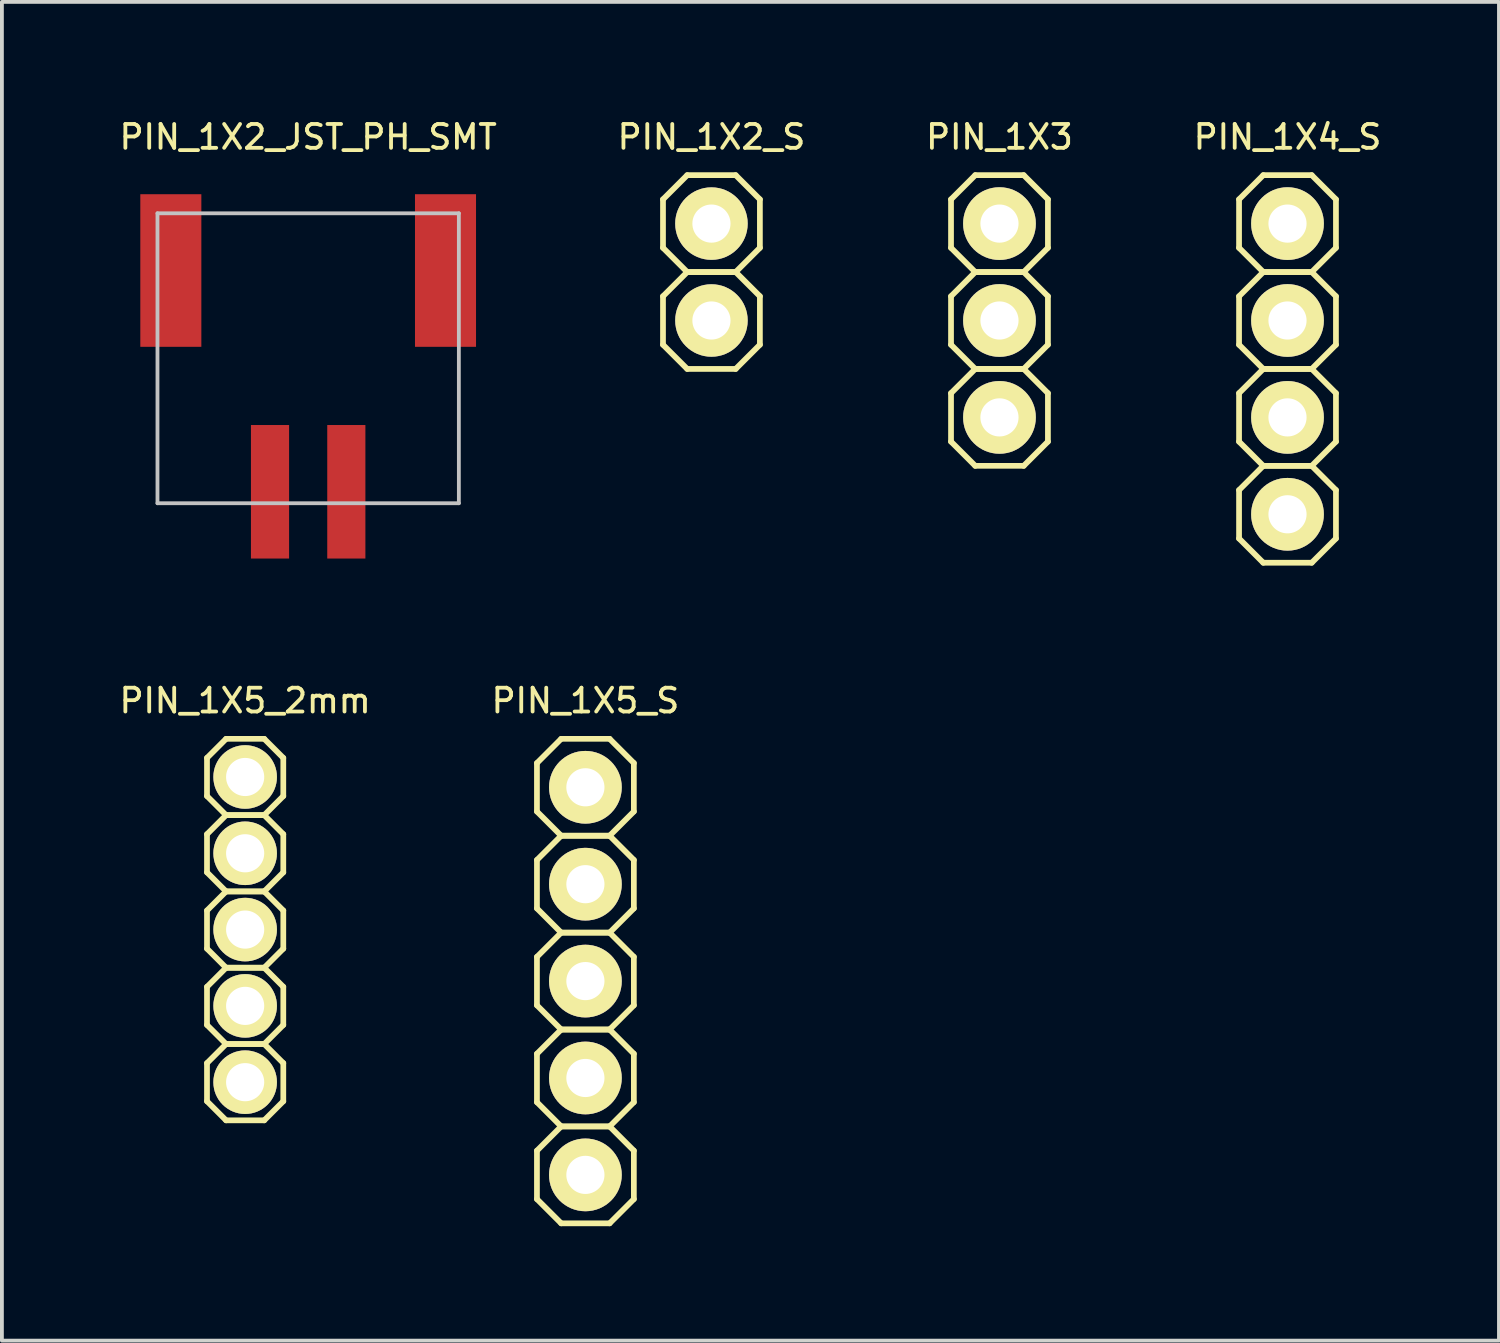
<source format=kicad_pcb>
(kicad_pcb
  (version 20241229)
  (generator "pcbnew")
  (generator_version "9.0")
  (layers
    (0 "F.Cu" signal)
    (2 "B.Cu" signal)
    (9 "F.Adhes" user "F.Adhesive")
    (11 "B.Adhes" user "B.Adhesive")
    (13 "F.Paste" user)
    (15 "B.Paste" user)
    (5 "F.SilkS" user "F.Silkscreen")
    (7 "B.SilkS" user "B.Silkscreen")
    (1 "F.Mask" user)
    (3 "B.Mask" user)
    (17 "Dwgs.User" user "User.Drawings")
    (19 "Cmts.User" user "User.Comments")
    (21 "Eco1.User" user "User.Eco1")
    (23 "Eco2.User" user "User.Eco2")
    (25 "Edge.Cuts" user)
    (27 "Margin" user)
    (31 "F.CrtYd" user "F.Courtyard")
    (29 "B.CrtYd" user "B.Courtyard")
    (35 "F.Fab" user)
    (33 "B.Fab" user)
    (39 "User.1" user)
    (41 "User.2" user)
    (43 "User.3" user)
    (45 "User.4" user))
  (footprint "PIN_1X3"
    (layer "F.Cu")
    (at 23.149 5.351)
    (property "Reference" "PIN_1X3" (at 0 -4.81 0) (layer "F.SilkS") (effects (font (size 0.625 0.625) (thickness 0.1))))
    (attr through_hole)
    (fp_line (start -1.27 -3.175) (end -1.27 -1.905) (stroke (width 0.15) (type solid)) (layer "F.SilkS"))
    (fp_line (start -1.27 -1.905) (end -0.635 -1.27) (stroke (width 0.15) (type solid)) (layer "F.SilkS"))
    (fp_line (start -1.27 -0.635) (end -1.27 0.635) (stroke (width 0.15) (type solid)) (layer "F.SilkS"))
    (fp_line (start -1.27 0.635) (end -0.635 1.27) (stroke (width 0.15) (type solid)) (layer "F.SilkS"))
    (fp_line (start -1.27 1.905) (end -1.27 3.175) (stroke (width 0.15) (type solid)) (layer "F.SilkS"))
    (fp_line (start -1.27 3.175) (end -0.635 3.81) (stroke (width 0.15) (type solid)) (layer "F.SilkS"))
    (fp_line (start -0.635 -3.81) (end -1.27 -3.175) (stroke (width 0.15) (type solid)) (layer "F.SilkS"))
    (fp_line (start -0.635 -1.27) (end -1.27 -0.635) (stroke (width 0.15) (type solid)) (layer "F.SilkS"))
    (fp_line (start -0.635 -1.27) (end 0.635 -1.27) (stroke (width 0.15) (type solid)) (layer "F.SilkS"))
    (fp_line (start -0.635 1.27) (end -1.27 1.905) (stroke (width 0.15) (type solid)) (layer "F.SilkS"))
    (fp_line (start -0.635 1.27) (end 0.635 1.27) (stroke (width 0.15) (type solid)) (layer "F.SilkS"))
    (fp_line (start -0.635 3.81) (end 0.635 3.81) (stroke (width 0.15) (type solid)) (layer "F.SilkS"))
    (fp_line (start 0.635 -3.81) (end -0.635 -3.81) (stroke (width 0.15) (type solid)) (layer "F.SilkS"))
    (fp_line (start 0.635 -1.27) (end -0.635 -1.27) (stroke (width 0.15) (type solid)) (layer "F.SilkS"))
    (fp_line (start 0.635 -1.27) (end 1.27 -1.905) (stroke (width 0.15) (type solid)) (layer "F.SilkS"))
    (fp_line (start 0.635 1.27) (end -0.635 1.27) (stroke (width 0.15) (type solid)) (layer "F.SilkS"))
    (fp_line (start 0.635 1.27) (end 1.27 0.635) (stroke (width 0.15) (type solid)) (layer "F.SilkS"))
    (fp_line (start 0.635 3.81) (end 1.27 3.175) (stroke (width 0.15) (type solid)) (layer "F.SilkS"))
    (fp_line (start 1.27 -3.175) (end 0.635 -3.81) (stroke (width 0.15) (type solid)) (layer "F.SilkS"))
    (fp_line (start 1.27 -1.905) (end 1.27 -3.175) (stroke (width 0.15) (type solid)) (layer "F.SilkS"))
    (fp_line (start 1.27 -0.635) (end 0.635 -1.27) (stroke (width 0.15) (type solid)) (layer "F.SilkS"))
    (fp_line (start 1.27 0.635) (end 1.27 -0.635) (stroke (width 0.15) (type solid)) (layer "F.SilkS"))
    (fp_line (start 1.27 1.905) (end 0.635 1.27) (stroke (width 0.15) (type solid)) (layer "F.SilkS"))
    (fp_line (start 1.27 3.175) (end 1.27 1.905) (stroke (width 0.15) (type solid)) (layer "F.SilkS"))
    (pad "1" thru_hole circle (at 0 -2.54) (size 1.906 1.906) (drill 1) (layers "*.Cu" "*.Mask" "F.SilkS"))
    (pad "2" thru_hole circle (at 0 0) (size 1.906 1.906) (drill 1) (layers "*.Cu" "*.Mask" "F.SilkS"))
    (pad "3" thru_hole circle (at 0 2.54) (size 1.906 1.906) (drill 1) (layers "*.Cu" "*.Mask" "F.SilkS")))
  (footprint "PIN_1X5_S"
    (layer "F.Cu")
    (at 12.295 22.667)
    (property "Reference" "PIN_1X5_S" (at 0 -7.35 0) (layer "F.SilkS") (effects (font (size 0.625 0.625) (thickness 0.1))))
    (attr through_hole)
    (fp_line (start -1.27 -5.715) (end -1.27 -4.445) (stroke (width 0.15) (type solid)) (layer "F.SilkS"))
    (fp_line (start -1.27 -4.445) (end -0.635 -3.81) (stroke (width 0.15) (type solid)) (layer "F.SilkS"))
    (fp_line (start -1.27 -3.175) (end -1.27 -1.905) (stroke (width 0.15) (type solid)) (layer "F.SilkS"))
    (fp_line (start -1.27 -1.905) (end -0.635 -1.27) (stroke (width 0.15) (type solid)) (layer "F.SilkS"))
    (fp_line (start -1.27 -0.635) (end -1.27 0.635) (stroke (width 0.15) (type solid)) (layer "F.SilkS"))
    (fp_line (start -1.27 0.635) (end -0.635 1.27) (stroke (width 0.15) (type solid)) (layer "F.SilkS"))
    (fp_line (start -1.27 1.905) (end -1.27 3.175) (stroke (width 0.15) (type solid)) (layer "F.SilkS"))
    (fp_line (start -1.27 3.175) (end -0.635 3.81) (stroke (width 0.15) (type solid)) (layer "F.SilkS"))
    (fp_line (start -1.27 4.445) (end -1.27 5.715) (stroke (width 0.15) (type solid)) (layer "F.SilkS"))
    (fp_line (start -1.27 5.715) (end -0.635 6.35) (stroke (width 0.15) (type solid)) (layer "F.SilkS"))
    (fp_line (start -0.635 -6.35) (end -1.27 -5.715) (stroke (width 0.15) (type solid)) (layer "F.SilkS"))
    (fp_line (start -0.635 -3.81) (end -1.27 -3.175) (stroke (width 0.15) (type solid)) (layer "F.SilkS"))
    (fp_line (start -0.635 -3.81) (end 0.635 -3.81) (stroke (width 0.15) (type solid)) (layer "F.SilkS"))
    (fp_line (start -0.635 -1.27) (end -1.27 -0.635) (stroke (width 0.15) (type solid)) (layer "F.SilkS"))
    (fp_line (start -0.635 -1.27) (end 0.635 -1.27) (stroke (width 0.15) (type solid)) (layer "F.SilkS"))
    (fp_line (start -0.635 1.27) (end -1.27 1.905) (stroke (width 0.15) (type solid)) (layer "F.SilkS"))
    (fp_line (start -0.635 1.27) (end 0.635 1.27) (stroke (width 0.15) (type solid)) (layer "F.SilkS"))
    (fp_line (start -0.635 3.81) (end -1.27 4.445) (stroke (width 0.15) (type solid)) (layer "F.SilkS"))
    (fp_line (start -0.635 3.81) (end 0.635 3.81) (stroke (width 0.15) (type solid)) (layer "F.SilkS"))
    (fp_line (start -0.635 6.35) (end 0.635 6.35) (stroke (width 0.15) (type solid)) (layer "F.SilkS"))
    (fp_line (start 0.635 -6.35) (end -0.635 -6.35) (stroke (width 0.15) (type solid)) (layer "F.SilkS"))
    (fp_line (start 0.635 -3.81) (end -0.635 -3.81) (stroke (width 0.15) (type solid)) (layer "F.SilkS"))
    (fp_line (start 0.635 -3.81) (end 1.27 -4.445) (stroke (width 0.15) (type solid)) (layer "F.SilkS"))
    (fp_line (start 0.635 -1.27) (end -0.635 -1.27) (stroke (width 0.15) (type solid)) (layer "F.SilkS"))
    (fp_line (start 0.635 -1.27) (end 1.27 -1.905) (stroke (width 0.15) (type solid)) (layer "F.SilkS"))
    (fp_line (start 0.635 1.27) (end -0.635 1.27) (stroke (width 0.15) (type solid)) (layer "F.SilkS"))
    (fp_line (start 0.635 1.27) (end 1.27 0.635) (stroke (width 0.15) (type solid)) (layer "F.SilkS"))
    (fp_line (start 0.635 3.81) (end -0.635 3.81) (stroke (width 0.15) (type solid)) (layer "F.SilkS"))
    (fp_line (start 0.635 3.81) (end 1.27 3.175) (stroke (width 0.15) (type solid)) (layer "F.SilkS"))
    (fp_line (start 0.635 6.35) (end 1.27 5.715) (stroke (width 0.15) (type solid)) (layer "F.SilkS"))
    (fp_line (start 1.27 -5.715) (end 0.635 -6.35) (stroke (width 0.15) (type solid)) (layer "F.SilkS"))
    (fp_line (start 1.27 -4.445) (end 1.27 -5.715) (stroke (width 0.15) (type solid)) (layer "F.SilkS"))
    (fp_line (start 1.27 -3.175) (end 0.635 -3.81) (stroke (width 0.15) (type solid)) (layer "F.SilkS"))
    (fp_line (start 1.27 -1.905) (end 1.27 -3.175) (stroke (width 0.15) (type solid)) (layer "F.SilkS"))
    (fp_line (start 1.27 -0.635) (end 0.635 -1.27) (stroke (width 0.15) (type solid)) (layer "F.SilkS"))
    (fp_line (start 1.27 0.635) (end 1.27 -0.635) (stroke (width 0.15) (type solid)) (layer "F.SilkS"))
    (fp_line (start 1.27 1.905) (end 0.635 1.27) (stroke (width 0.15) (type solid)) (layer "F.SilkS"))
    (fp_line (start 1.27 3.175) (end 1.27 1.905) (stroke (width 0.15) (type solid)) (layer "F.SilkS"))
    (fp_line (start 1.27 4.445) (end 0.635 3.81) (stroke (width 0.15) (type solid)) (layer "F.SilkS"))
    (fp_line (start 1.27 5.715) (end 1.27 4.445) (stroke (width 0.15) (type solid)) (layer "F.SilkS"))
    (pad "1" thru_hole circle (at 0 -5.08) (size 1.906 1.906) (drill 1) (layers "*.Cu" "*.Mask" "F.SilkS"))
    (pad "2" thru_hole circle (at 0 -2.54) (size 1.906 1.906) (drill 1) (layers "*.Cu" "*.Mask" "F.SilkS"))
    (pad "3" thru_hole circle (at 0 0) (size 1.906 1.906) (drill 1) (layers "*.Cu" "*.Mask" "F.SilkS"))
    (pad "4" thru_hole circle (at 0 2.54) (size 1.906 1.906) (drill 1) (layers "*.Cu" "*.Mask" "F.SilkS"))
    (pad "5" thru_hole circle (at 0 5.08) (size 1.906 1.906) (drill 1) (layers "*.Cu" "*.Mask" "F.SilkS")))
  (footprint "PIN_1X5_2mm"
    (layer "F.Cu")
    (at 3.376 21.317)
    (property "Reference" "PIN_1X5_2mm" (at 0 -6 0) (layer "F.SilkS") (effects (font (size 0.625 0.625) (thickness 0.1))))
    (attr through_hole)
    (fp_line (start -1 -4.5) (end -1 -3.5) (stroke (width 0.15) (type solid)) (layer "F.SilkS"))
    (fp_line (start -1 -3.5) (end -0.5 -3) (stroke (width 0.15) (type solid)) (layer "F.SilkS"))
    (fp_line (start -1 -2.5) (end -1 -1.5) (stroke (width 0.15) (type solid)) (layer "F.SilkS"))
    (fp_line (start -1 -1.5) (end -0.5 -1) (stroke (width 0.15) (type solid)) (layer "F.SilkS"))
    (fp_line (start -1 -0.5) (end -1 0.5) (stroke (width 0.15) (type solid)) (layer "F.SilkS"))
    (fp_line (start -1 0.5) (end -0.5 1) (stroke (width 0.15) (type solid)) (layer "F.SilkS"))
    (fp_line (start -1 1.5) (end -1 2.5) (stroke (width 0.15) (type solid)) (layer "F.SilkS"))
    (fp_line (start -1 2.5) (end -0.5 3) (stroke (width 0.15) (type solid)) (layer "F.SilkS"))
    (fp_line (start -1 3.5) (end -1 4.5) (stroke (width 0.15) (type solid)) (layer "F.SilkS"))
    (fp_line (start -1 4.5) (end -0.5 5) (stroke (width 0.15) (type solid)) (layer "F.SilkS"))
    (fp_line (start -0.5 -5) (end -1 -4.5) (stroke (width 0.15) (type solid)) (layer "F.SilkS"))
    (fp_line (start -0.5 -3) (end -1 -2.5) (stroke (width 0.15) (type solid)) (layer "F.SilkS"))
    (fp_line (start -0.5 -3) (end 0.5 -3) (stroke (width 0.15) (type solid)) (layer "F.SilkS"))
    (fp_line (start -0.5 -1) (end -1 -0.5) (stroke (width 0.15) (type solid)) (layer "F.SilkS"))
    (fp_line (start -0.5 -1) (end 0.5 -1) (stroke (width 0.15) (type solid)) (layer "F.SilkS"))
    (fp_line (start -0.5 1) (end -1 1.5) (stroke (width 0.15) (type solid)) (layer "F.SilkS"))
    (fp_line (start -0.5 1) (end 0.5 1) (stroke (width 0.15) (type solid)) (layer "F.SilkS"))
    (fp_line (start -0.5 3) (end -1 3.5) (stroke (width 0.15) (type solid)) (layer "F.SilkS"))
    (fp_line (start -0.5 3) (end 0.5 3) (stroke (width 0.15) (type solid)) (layer "F.SilkS"))
    (fp_line (start -0.5 5) (end 0.5 5) (stroke (width 0.15) (type solid)) (layer "F.SilkS"))
    (fp_line (start 0.5 -5) (end -0.5 -5) (stroke (width 0.15) (type solid)) (layer "F.SilkS"))
    (fp_line (start 0.5 -3) (end -0.5 -3) (stroke (width 0.15) (type solid)) (layer "F.SilkS"))
    (fp_line (start 0.5 -3) (end 1 -3.5) (stroke (width 0.15) (type solid)) (layer "F.SilkS"))
    (fp_line (start 0.5 -1) (end -0.5 -1) (stroke (width 0.15) (type solid)) (layer "F.SilkS"))
    (fp_line (start 0.5 -1) (end 1 -1.5) (stroke (width 0.15) (type solid)) (layer "F.SilkS"))
    (fp_line (start 0.5 1) (end -0.5 1) (stroke (width 0.15) (type solid)) (layer "F.SilkS"))
    (fp_line (start 0.5 1) (end 1 0.5) (stroke (width 0.15) (type solid)) (layer "F.SilkS"))
    (fp_line (start 0.5 3) (end -0.5 3) (stroke (width 0.15) (type solid)) (layer "F.SilkS"))
    (fp_line (start 0.5 3) (end 1 2.5) (stroke (width 0.15) (type solid)) (layer "F.SilkS"))
    (fp_line (start 0.5 5) (end 1 4.5) (stroke (width 0.15) (type solid)) (layer "F.SilkS"))
    (fp_line (start 1 -4.5) (end 0.5 -5) (stroke (width 0.15) (type solid)) (layer "F.SilkS"))
    (fp_line (start 1 -3.5) (end 1 -4.5) (stroke (width 0.15) (type solid)) (layer "F.SilkS"))
    (fp_line (start 1 -2.5) (end 0.5 -3) (stroke (width 0.15) (type solid)) (layer "F.SilkS"))
    (fp_line (start 1 -1.5) (end 1 -2.5) (stroke (width 0.15) (type solid)) (layer "F.SilkS"))
    (fp_line (start 1 -0.5) (end 0.5 -1) (stroke (width 0.15) (type solid)) (layer "F.SilkS"))
    (fp_line (start 1 0.5) (end 1 -0.5) (stroke (width 0.15) (type solid)) (layer "F.SilkS"))
    (fp_line (start 1 1.5) (end 0.5 1) (stroke (width 0.15) (type solid)) (layer "F.SilkS"))
    (fp_line (start 1 2.5) (end 1 1.5) (stroke (width 0.15) (type solid)) (layer "F.SilkS"))
    (fp_line (start 1 3.5) (end 0.5 3) (stroke (width 0.15) (type solid)) (layer "F.SilkS"))
    (fp_line (start 1 4.5) (end 1 3.5) (stroke (width 0.15) (type solid)) (layer "F.SilkS"))
    (pad "1" thru_hole circle (at 0 -4) (size 1.666 1.666) (drill 1) (layers "*.Cu" "*.Mask" "F.SilkS"))
    (pad "2" thru_hole circle (at 0 -2) (size 1.666 1.666) (drill 1) (layers "*.Cu" "*.Mask" "F.SilkS"))
    (pad "3" thru_hole circle (at 0 0) (size 1.666 1.666) (drill 1) (layers "*.Cu" "*.Mask" "F.SilkS"))
    (pad "4" thru_hole circle (at 0 2) (size 1.666 1.666) (drill 1) (layers "*.Cu" "*.Mask" "F.SilkS"))
    (pad "5" thru_hole circle (at 0 4) (size 1.666 1.666) (drill 1) (layers "*.Cu" "*.Mask" "F.SilkS")))
  (footprint "PIN_1X4_S"
    (layer "F.Cu")
    (at 30.699 6.621)
    (property "Reference" "PIN_1X4_S" (at 0 -6.08 0) (layer "F.SilkS") (effects (font (size 0.625 0.625) (thickness 0.1))))
    (attr through_hole)
    (fp_line (start -1.27 -4.445) (end -1.27 -3.175) (stroke (width 0.15) (type solid)) (layer "F.SilkS"))
    (fp_line (start -1.27 -3.175) (end -0.635 -2.54) (stroke (width 0.15) (type solid)) (layer "F.SilkS"))
    (fp_line (start -1.27 -1.905) (end -1.27 -0.635) (stroke (width 0.15) (type solid)) (layer "F.SilkS"))
    (fp_line (start -1.27 -0.635) (end -0.635 0) (stroke (width 0.15) (type solid)) (layer "F.SilkS"))
    (fp_line (start -1.27 0.635) (end -1.27 1.905) (stroke (width 0.15) (type solid)) (layer "F.SilkS"))
    (fp_line (start -1.27 1.905) (end -0.635 2.54) (stroke (width 0.15) (type solid)) (layer "F.SilkS"))
    (fp_line (start -1.27 3.175) (end -1.27 4.445) (stroke (width 0.15) (type solid)) (layer "F.SilkS"))
    (fp_line (start -1.27 4.445) (end -0.635 5.08) (stroke (width 0.15) (type solid)) (layer "F.SilkS"))
    (fp_line (start -0.635 -5.08) (end -1.27 -4.445) (stroke (width 0.15) (type solid)) (layer "F.SilkS"))
    (fp_line (start -0.635 -2.54) (end -1.27 -1.905) (stroke (width 0.15) (type solid)) (layer "F.SilkS"))
    (fp_line (start -0.635 -2.54) (end 0.635 -2.54) (stroke (width 0.15) (type solid)) (layer "F.SilkS"))
    (fp_line (start -0.635 0) (end -1.27 0.635) (stroke (width 0.15) (type solid)) (layer "F.SilkS"))
    (fp_line (start -0.635 0) (end 0.635 0) (stroke (width 0.15) (type solid)) (layer "F.SilkS"))
    (fp_line (start -0.635 2.54) (end -1.27 3.175) (stroke (width 0.15) (type solid)) (layer "F.SilkS"))
    (fp_line (start -0.635 2.54) (end 0.635 2.54) (stroke (width 0.15) (type solid)) (layer "F.SilkS"))
    (fp_line (start -0.635 5.08) (end 0.635 5.08) (stroke (width 0.15) (type solid)) (layer "F.SilkS"))
    (fp_line (start 0.635 -5.08) (end -0.635 -5.08) (stroke (width 0.15) (type solid)) (layer "F.SilkS"))
    (fp_line (start 0.635 -2.54) (end -0.635 -2.54) (stroke (width 0.15) (type solid)) (layer "F.SilkS"))
    (fp_line (start 0.635 -2.54) (end 1.27 -3.175) (stroke (width 0.15) (type solid)) (layer "F.SilkS"))
    (fp_line (start 0.635 0) (end -0.635 0) (stroke (width 0.15) (type solid)) (layer "F.SilkS"))
    (fp_line (start 0.635 0) (end 1.27 -0.635) (stroke (width 0.15) (type solid)) (layer "F.SilkS"))
    (fp_line (start 0.635 2.54) (end -0.635 2.54) (stroke (width 0.15) (type solid)) (layer "F.SilkS"))
    (fp_line (start 0.635 2.54) (end 1.27 1.905) (stroke (width 0.15) (type solid)) (layer "F.SilkS"))
    (fp_line (start 0.635 5.08) (end 1.27 4.445) (stroke (width 0.15) (type solid)) (layer "F.SilkS"))
    (fp_line (start 1.27 -4.445) (end 0.635 -5.08) (stroke (width 0.15) (type solid)) (layer "F.SilkS"))
    (fp_line (start 1.27 -3.175) (end 1.27 -4.445) (stroke (width 0.15) (type solid)) (layer "F.SilkS"))
    (fp_line (start 1.27 -1.905) (end 0.635 -2.54) (stroke (width 0.15) (type solid)) (layer "F.SilkS"))
    (fp_line (start 1.27 -0.635) (end 1.27 -1.905) (stroke (width 0.15) (type solid)) (layer "F.SilkS"))
    (fp_line (start 1.27 0.635) (end 0.635 0) (stroke (width 0.15) (type solid)) (layer "F.SilkS"))
    (fp_line (start 1.27 1.905) (end 1.27 0.635) (stroke (width 0.15) (type solid)) (layer "F.SilkS"))
    (fp_line (start 1.27 3.175) (end 0.635 2.54) (stroke (width 0.15) (type solid)) (layer "F.SilkS"))
    (fp_line (start 1.27 4.445) (end 1.27 3.175) (stroke (width 0.15) (type solid)) (layer "F.SilkS"))
    (pad "1" thru_hole circle (at 0 -3.81) (size 1.906 1.906) (drill 1) (layers "*.Cu" "*.Mask" "F.SilkS"))
    (pad "2" thru_hole circle (at 0 -1.27) (size 1.906 1.906) (drill 1) (layers "*.Cu" "*.Mask" "F.SilkS"))
    (pad "3" thru_hole circle (at 0 1.27) (size 1.906 1.906) (drill 1) (layers "*.Cu" "*.Mask" "F.SilkS"))
    (pad "4" thru_hole circle (at 0 3.81) (size 1.906 1.906) (drill 1) (layers "*.Cu" "*.Mask" "F.SilkS")))
  (footprint "PIN_1X2_S"
    (layer "F.Cu")
    (at 15.599 4.081)
    (property "Reference" "PIN_1X2_S" (at 0 -3.54 0) (layer "F.SilkS") (effects (font (size 0.625 0.625) (thickness 0.1))))
    (attr through_hole)
    (fp_line (start -1.27 -1.905) (end -1.27 -0.635) (stroke (width 0.15) (type solid)) (layer "F.SilkS"))
    (fp_line (start -1.27 -0.635) (end -0.635 0) (stroke (width 0.15) (type solid)) (layer "F.SilkS"))
    (fp_line (start -1.27 0.635) (end -1.27 1.905) (stroke (width 0.15) (type solid)) (layer "F.SilkS"))
    (fp_line (start -1.27 1.905) (end -0.635 2.54) (stroke (width 0.15) (type solid)) (layer "F.SilkS"))
    (fp_line (start -0.635 -2.54) (end -1.27 -1.905) (stroke (width 0.15) (type solid)) (layer "F.SilkS"))
    (fp_line (start -0.635 0) (end -1.27 0.635) (stroke (width 0.15) (type solid)) (layer "F.SilkS"))
    (fp_line (start -0.635 0) (end 0.635 0) (stroke (width 0.15) (type solid)) (layer "F.SilkS"))
    (fp_line (start -0.635 2.54) (end 0.635 2.54) (stroke (width 0.15) (type solid)) (layer "F.SilkS"))
    (fp_line (start 0.635 -2.54) (end -0.635 -2.54) (stroke (width 0.15) (type solid)) (layer "F.SilkS"))
    (fp_line (start 0.635 0) (end -0.635 0) (stroke (width 0.15) (type solid)) (layer "F.SilkS"))
    (fp_line (start 0.635 0) (end 1.27 -0.635) (stroke (width 0.15) (type solid)) (layer "F.SilkS"))
    (fp_line (start 0.635 2.54) (end 1.27 1.905) (stroke (width 0.15) (type solid)) (layer "F.SilkS"))
    (fp_line (start 1.27 -1.905) (end 0.635 -2.54) (stroke (width 0.15) (type solid)) (layer "F.SilkS"))
    (fp_line (start 1.27 -0.635) (end 1.27 -1.905) (stroke (width 0.15) (type solid)) (layer "F.SilkS"))
    (fp_line (start 1.27 0.635) (end 0.635 0) (stroke (width 0.15) (type solid)) (layer "F.SilkS"))
    (fp_line (start 1.27 1.905) (end 1.27 0.635) (stroke (width 0.15) (type solid)) (layer "F.SilkS"))
    (pad "1" thru_hole circle (at 0 -1.27) (size 1.9 1.9) (drill 1) (layers "*.Cu" "*.Mask" "F.SilkS"))
    (pad "2" thru_hole circle (at 0 1.27) (size 1.9 1.9) (drill 1) (layers "*.Cu" "*.Mask" "F.SilkS")))
  (footprint "PIN_1X2_JST_PH_SMT"
    (layer "F.Cu")
    (at 5.028 6.841)
    (property "Reference" "PIN_1X2_JST_PH_SMT" (at 0 -6.3 0) (layer "F.SilkS") (effects (font (size 0.625 0.625) (thickness 0.1))))
    (attr through_hole)
    (fp_line (start -3.95 -4.3) (end -3.95 3.3) (stroke (width 0.1) (type solid)) (layer "Dwgs.User"))
    (fp_line (start -3.95 -4.3) (end 3.95 -4.3) (stroke (width 0.1) (type solid)) (layer "Dwgs.User"))
    (fp_line (start -3.95 3.3) (end 3.95 3.3) (stroke (width 0.1) (type solid)) (layer "Dwgs.User"))
    (fp_line (start 3.95 -4.3) (end 3.95 3.3) (stroke (width 0.1) (type solid)) (layer "Dwgs.User"))
    (pad "1" smd rect (at 1 3) (size 1 3.5) (layers "F.Cu" "F.Mask" "F.Paste"))
    (pad "2" smd rect (at -1 3) (size 1 3.5) (layers "F.Cu" "F.Mask" "F.Paste"))
    (pad "3" smd rect (at 3.6 -2.8) (size 1.6 4) (layers "F.Cu" "F.Mask" "F.Paste"))
    (pad "4" smd rect (at -3.6 -2.8) (size 1.6 4) (layers "F.Cu" "F.Mask" "F.Paste")))
  (gr_rect
    (start -3 -3)
    (end 36.242 32.092)
    (stroke (width 0.1) (type default))
    (fill no)
    (layer "Edge.Cuts")))
</source>
